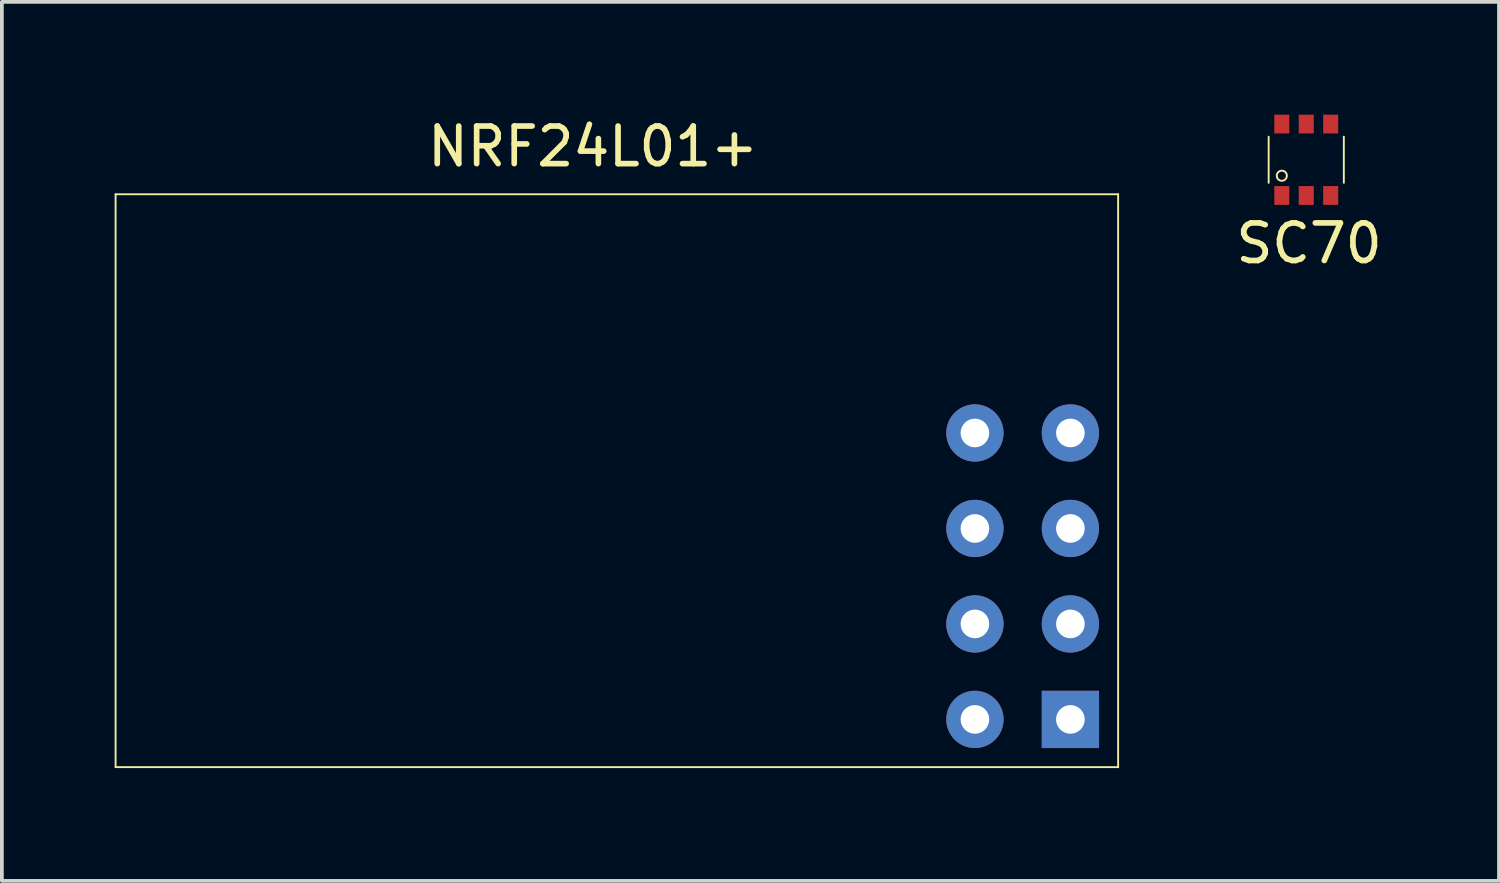
<source format=kicad_pcb>
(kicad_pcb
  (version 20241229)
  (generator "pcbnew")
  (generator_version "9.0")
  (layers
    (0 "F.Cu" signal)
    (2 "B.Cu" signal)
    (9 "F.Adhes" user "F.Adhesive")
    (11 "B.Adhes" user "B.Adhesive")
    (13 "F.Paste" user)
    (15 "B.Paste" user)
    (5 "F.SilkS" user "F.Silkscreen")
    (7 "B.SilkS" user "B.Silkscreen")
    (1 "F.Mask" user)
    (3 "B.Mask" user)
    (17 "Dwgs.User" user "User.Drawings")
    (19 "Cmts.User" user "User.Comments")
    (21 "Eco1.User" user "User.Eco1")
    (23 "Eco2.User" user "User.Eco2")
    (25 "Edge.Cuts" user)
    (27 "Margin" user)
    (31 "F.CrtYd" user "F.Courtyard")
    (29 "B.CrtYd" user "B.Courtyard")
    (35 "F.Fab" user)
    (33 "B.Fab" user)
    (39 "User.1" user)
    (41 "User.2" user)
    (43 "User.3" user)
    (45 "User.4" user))
  (footprint "SC70"
    (layer "F.Cu")
    (at 31.699 1.2)
    (property "Reference" "SC70" (at 0.075 2.225 0) (layer "F.SilkS") (effects (font (size 1 1) (thickness 0.15))))
    (attr through_hole)
    (fp_line (start -1 -0.613) (end -1 0.613) (stroke (width 0.05) (type solid)) (layer "F.SilkS"))
    (fp_line (start 1 -0.613) (end 1 0.613) (stroke (width 0.05) (type solid)) (layer "F.SilkS"))
    (fp_circle (center -0.65 0.425) (end -0.525 0.375) (stroke (width 0.05) (type solid)) (fill no) (layer "F.SilkS"))
    (pad "1" smd rect (at -0.65 0.95) (size 0.4 0.5) (layers "F.Cu" "F.Mask" "F.Paste"))
    (pad "2" smd rect (at 0 0.95) (size 0.4 0.5) (layers "F.Cu" "F.Mask" "F.Paste"))
    (pad "3" smd rect (at 0.65 0.95) (size 0.4 0.5) (layers "F.Cu" "F.Mask" "F.Paste"))
    (pad "4" smd rect (at 0.65 -0.95) (size 0.4 0.5) (layers "F.Cu" "F.Mask" "F.Paste"))
    (pad "5" smd rect (at 0 -0.95) (size 0.4 0.5) (layers "F.Cu" "F.Mask" "F.Paste"))
    (pad "6" smd rect (at -0.65 -0.95) (size 0.4 0.5) (layers "F.Cu" "F.Mask" "F.Paste")))
  (footprint "NRF24L01+"
    (layer "F.Cu")
    (at 13.995 11.008)
    (property "Reference" "NRF24L01+" (at -1.27 -10.16 0) (layer "F.SilkS") (effects (font (size 1 1) (thickness 0.15))))
    (attr through_hole)
    (fp_line (start -13.97 -8.89) (end -13.97 6.35) (stroke (width 0.05) (type solid)) (layer "F.SilkS"))
    (fp_line (start -13.97 6.35) (end 12.7 6.35) (stroke (width 0.05) (type solid)) (layer "F.SilkS"))
    (fp_line (start 12.7 -8.89) (end -13.97 -8.89) (stroke (width 0.05) (type solid)) (layer "F.SilkS"))
    (fp_line (start 12.7 6.35) (end 12.7 -8.89) (stroke (width 0.05) (type solid)) (layer "F.SilkS"))
    (pad "1" thru_hole rect (at 11.43 5.08) (size 1.524 1.524) (drill 0.762) (layers "*.Cu" "*.Mask"))
    (pad "2" thru_hole circle (at 8.89 5.08) (size 1.524 1.524) (drill 0.762) (layers "*.Cu" "*.Mask"))
    (pad "3" thru_hole circle (at 11.43 2.54) (size 1.524 1.524) (drill 0.762) (layers "*.Cu" "*.Mask"))
    (pad "4" thru_hole circle (at 8.89 2.54) (size 1.524 1.524) (drill 0.762) (layers "*.Cu" "*.Mask"))
    (pad "5" thru_hole circle (at 11.43 0) (size 1.524 1.524) (drill 0.762) (layers "*.Cu" "*.Mask"))
    (pad "6" thru_hole circle (at 8.89 0) (size 1.524 1.524) (drill 0.762) (layers "*.Cu" "*.Mask"))
    (pad "7" thru_hole circle (at 11.43 -2.54) (size 1.524 1.524) (drill 0.762) (layers "*.Cu" "*.Mask"))
    (pad "8" thru_hole circle (at 8.89 -2.54) (size 1.524 1.524) (drill 0.762) (layers "*.Cu" "*.Mask")))
  (gr_rect
    (start -3 -3)
    (end 36.827 20.383)
    (stroke (width 0.1) (type default))
    (fill no)
    (layer "Edge.Cuts")))
</source>
